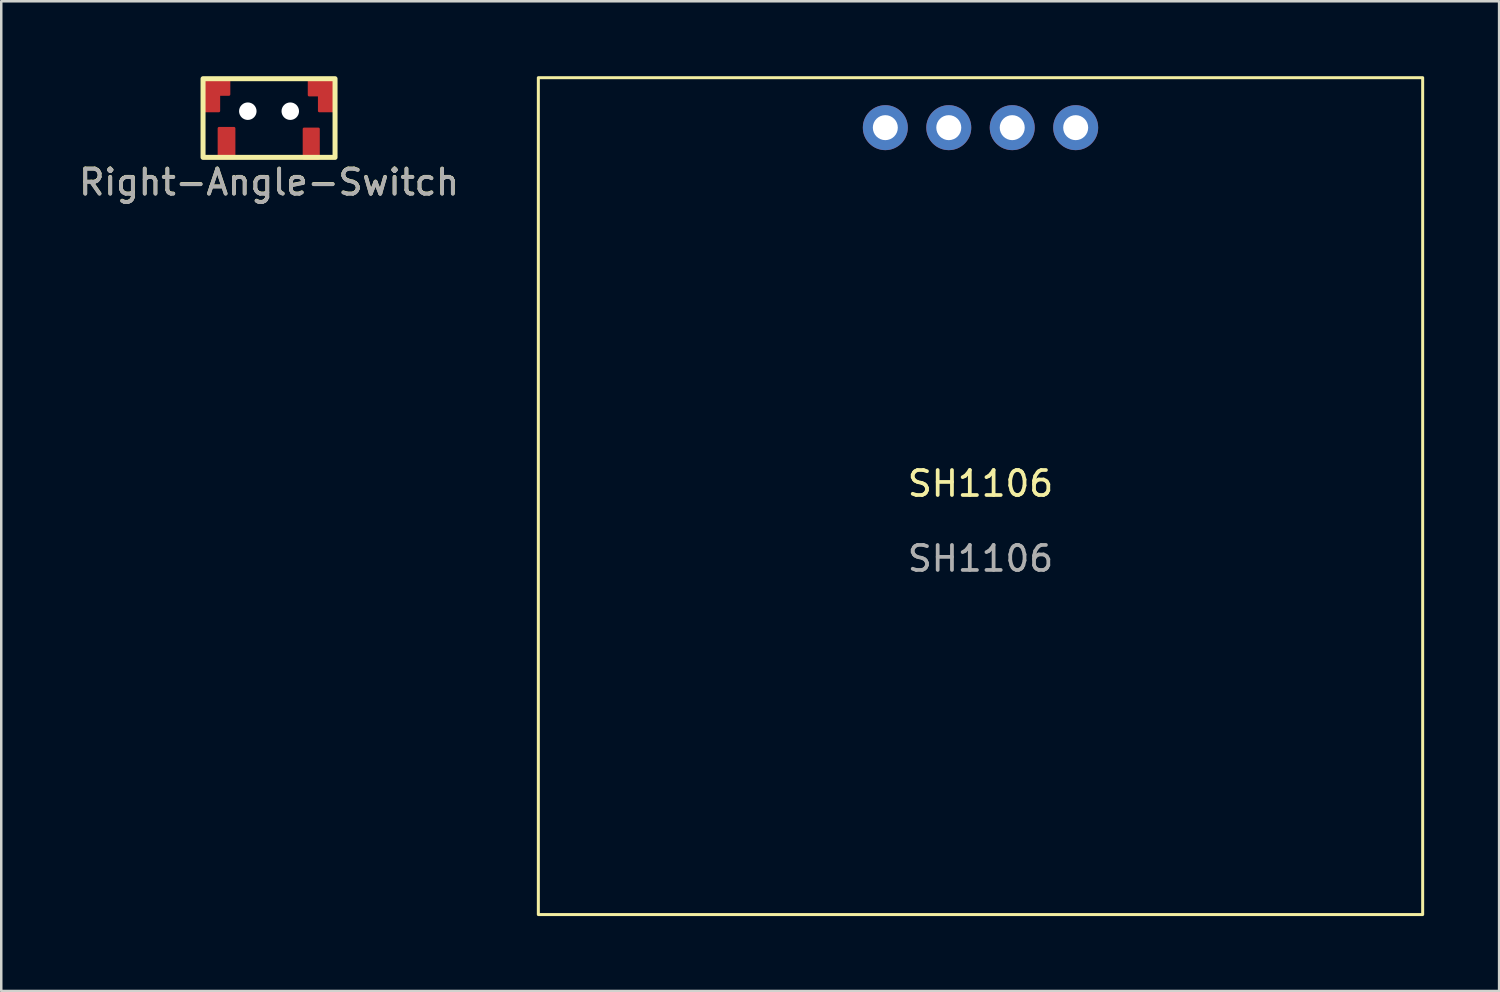
<source format=kicad_pcb>
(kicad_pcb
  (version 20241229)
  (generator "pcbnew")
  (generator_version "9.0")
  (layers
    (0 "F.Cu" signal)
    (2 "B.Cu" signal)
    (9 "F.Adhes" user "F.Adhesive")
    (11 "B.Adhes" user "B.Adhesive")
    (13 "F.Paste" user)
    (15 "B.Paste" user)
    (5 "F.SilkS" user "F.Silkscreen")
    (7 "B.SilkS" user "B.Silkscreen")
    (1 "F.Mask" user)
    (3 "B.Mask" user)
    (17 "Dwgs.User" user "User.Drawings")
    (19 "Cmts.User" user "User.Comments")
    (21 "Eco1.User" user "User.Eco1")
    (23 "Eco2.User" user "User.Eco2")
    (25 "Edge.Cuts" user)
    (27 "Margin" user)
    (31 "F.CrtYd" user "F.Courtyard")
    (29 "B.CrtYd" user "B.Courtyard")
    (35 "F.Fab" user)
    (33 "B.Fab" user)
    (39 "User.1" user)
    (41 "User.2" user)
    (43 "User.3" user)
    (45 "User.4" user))
  (footprint "SH1106"
    (layer "F.Cu")
    (at 36.2 16.81)
    (property "Reference" "SH1106" (at 0 -0.5 0) (unlocked yes) (layer "F.SilkS") (effects (font (size 1 1) (thickness 0.15))))
    (attr smd)
    (fp_rect (start -17.7 -16.75) (end 17.7 16.75) (stroke (width 0.12) (type solid)) (fill no) (layer "F.SilkS"))
    (fp_text user "${REFERENCE}" (at 0 2.5 0) (unlocked yes) (layer "F.Fab") (effects (font (size 1 1) (thickness 0.15))))
    (pad "1" thru_hole circle (at -3.81 -14.75) (size 1.8 1.8) (drill 1) (layers "*.Cu" "*.Mask"))
    (pad "2" thru_hole circle (at -1.27 -14.75) (size 1.8 1.8) (drill 1) (layers "*.Cu" "*.Mask"))
    (pad "3" thru_hole circle (at 1.27 -14.75) (size 1.8 1.8) (drill 1) (layers "*.Cu" "*.Mask"))
    (pad "4" thru_hole circle (at 3.81 -14.75) (size 1.8 1.8) (drill 1) (layers "*.Cu" "*.Mask")))
  (footprint "Right-Angle-Switch"
    (layer "F.Cu")
    (at 7.72 1.751)
    (property "Reference" "Right-Angle-Switch" (at 0 2.489 0) (unlocked yes) (layer "F.SilkS") (effects (font (size 1 1) (thickness 0.15))))
    (attr smd)
    (fp_circle (center -0.85 -0.35) (end -0.525 -0.35) (stroke (width 0.2) (type solid)) (fill no) (layer "F.Mask"))
    (fp_circle (center 0.85 -0.35) (end 1.175 -0.35) (stroke (width 0.2) (type solid)) (fill no) (layer "F.Mask"))
    (fp_rect (start -2.642 -1.651) (end 2.642 1.499) (stroke (width 0.2) (type solid)) (fill no) (layer "F.SilkS"))
    (fp_text user "${REFERENCE}" (at 0 2.5 0) (unlocked yes) (layer "F.Fab") (effects (font (size 1 1) (thickness 0.15))))
    (pad "" np_thru_hole circle (at -0.85 -0.35) (size 0.7 0.7) (drill 0.7) (layers "*.Cu" "*.Mask"))
    (pad "" np_thru_hole circle (at 0.85 -0.35) (size 0.7 0.7) (drill 0.7) (layers "*.Cu" "*.Mask"))
    (pad "1" smd custom (at -2.286 -1.27) (size 0.5 0.5) (layers "F.Cu" "F.Mask") (options (anchor rect)) (primitives (gr_poly (pts (xy 0.686 0.254) (xy 0.279 0.254) (xy 0.279 0.914) (xy -0.356 0.914) (xy -0.356 -0.381) (xy 0.686 -0.381)) (width 0.1) (fill yes))))
    (pad "1" smd custom (at 2.286 -1.27) (size 0.5 0.5) (layers "F.Cu" "F.Mask") (options (anchor rect)) (primitives (gr_poly (pts (xy 0.356 0.914) (xy -0.279 0.914) (xy -0.279 0.279) (xy -0.686 0.279) (xy -0.686 -0.381) (xy 0.356 -0.381)) (width 0.1) (fill yes))))
    (pad "2" smd custom (at -1.702 1.194) (size 0.5 0.5) (layers "F.Cu" "F.Mask") (options (anchor rect)) (primitives (gr_poly (pts (xy 0.305 0.33) (xy -0.305 0.33) (xy -0.305 -0.864) (xy 0.305 -0.864)) (width 0.1) (fill yes))))
    (pad "3" smd custom (at 1.702 1.194) (size 0.5 0.5) (layers "F.Cu" "F.Mask") (options (anchor rect)) (primitives (gr_poly (pts (xy 0.279 0.356) (xy -0.305 0.356) (xy -0.305 -0.838) (xy 0.279 -0.838)) (width 0.1) (fill yes)))))
  (gr_rect
    (start -3 -3)
    (end 56.96 36.62)
    (stroke (width 0.1) (type default))
    (fill no)
    (layer "Edge.Cuts")))
</source>
